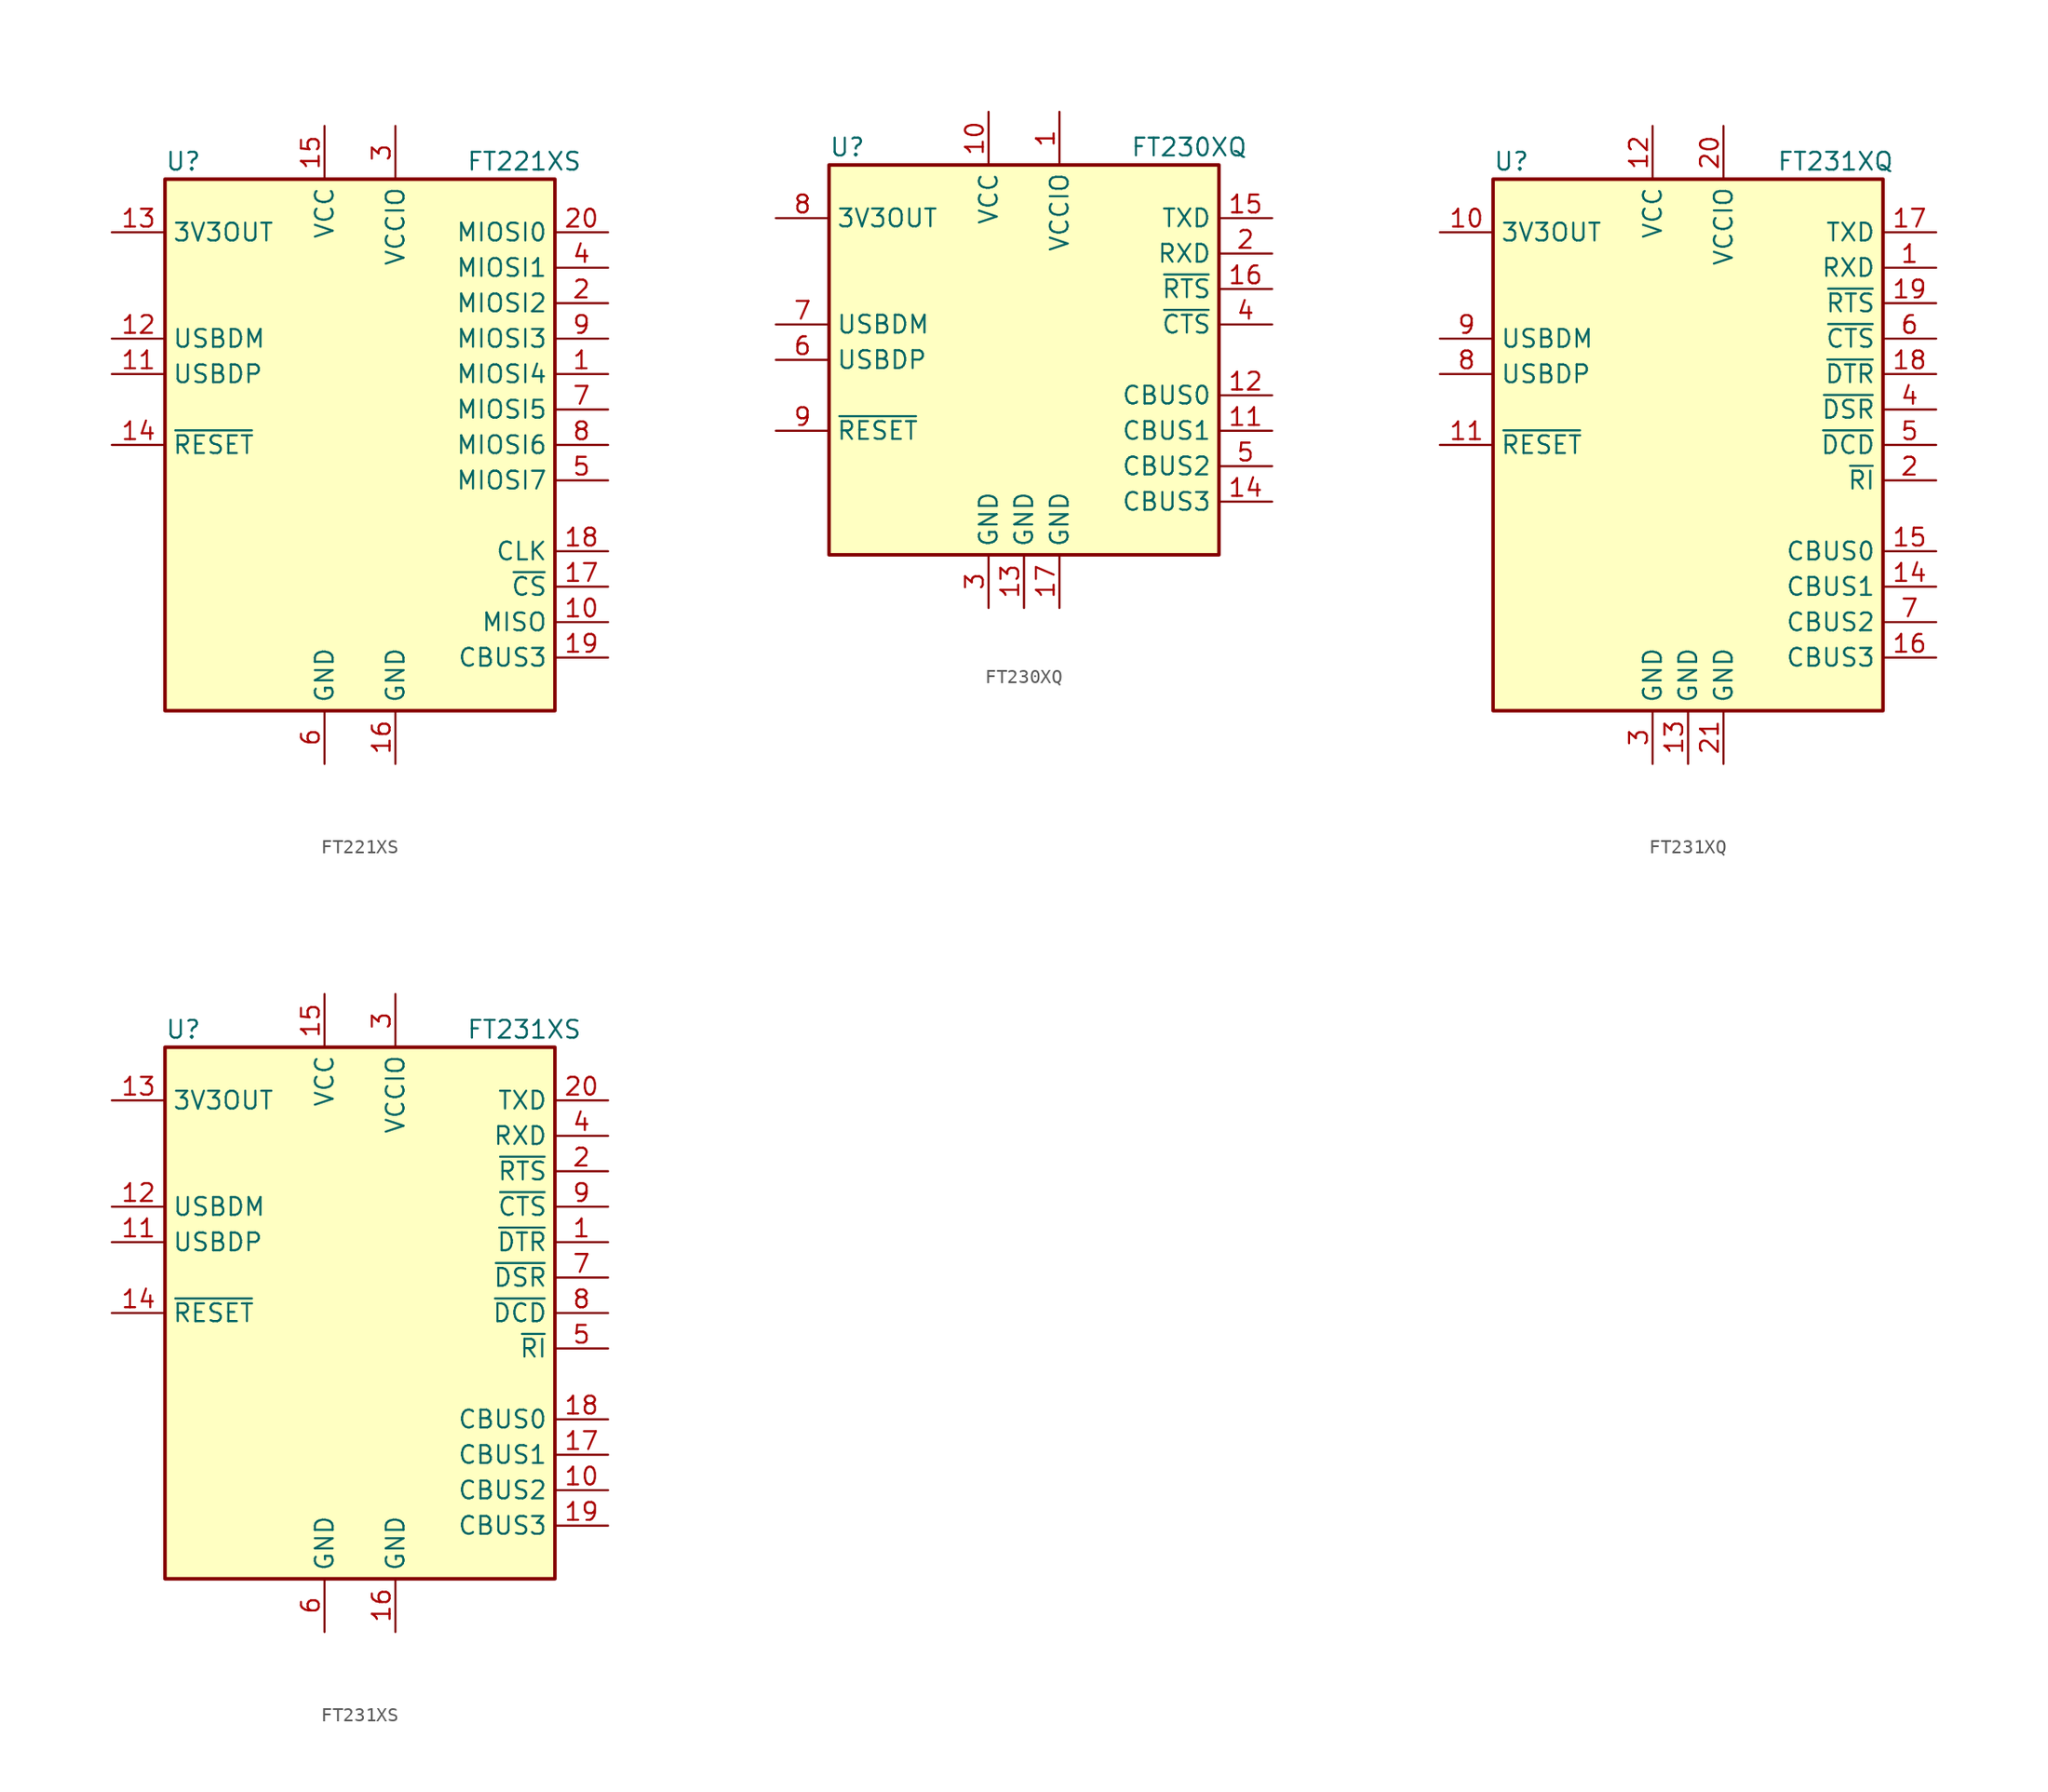
<source format=kicad_sym>
(kicad_symbol_lib
  (version 20211014)
  (generator kicad_symbol_editor)
  (symbol "FT221XS"
    (property "Reference" "U"
      (at -13.97 20.32 0)
      (effects (font (size 1.27 1.27)) (justify left)))
    (property "Value" "FT221XS"
      (at 7.62 20.32 0)
      (effects (font (size 1.27 1.27)) (justify left)))
    (symbol "FT221XS_0_1"
      (rectangle (start -13.97 19.05) (end 13.97 -19.05) (stroke (width 0.254) (type default) (color 0 0 0 0)) (fill (type background))))
    (symbol "FT221XS_1_1"
      (pin input line (at 17.78 5.08 180) (length 3.81) (name "MIOSI4" (effects (font (size 1.27 1.27)))) (number "1" (effects (font (size 1.27 1.27)))))
      (pin input line (at 17.78 -12.7 180) (length 3.81) (name "MISO" (effects (font (size 1.27 1.27)))) (number "10" (effects (font (size 1.27 1.27)))))
      (pin bidirectional line (at -17.78 5.08 0) (length 3.81) (name "USBDP" (effects (font (size 1.27 1.27)))) (number "11" (effects (font (size 1.27 1.27)))))
      (pin bidirectional line (at -17.78 7.62 0) (length 3.81) (name "USBDM" (effects (font (size 1.27 1.27)))) (number "12" (effects (font (size 1.27 1.27)))))
      (pin power_out line (at -17.78 15.24 0) (length 3.81) (name "3V3OUT" (effects (font (size 1.27 1.27)))) (number "13" (effects (font (size 1.27 1.27)))))
      (pin input line (at -17.78 0 0) (length 3.81) (name "~{RESET}" (effects (font (size 1.27 1.27)))) (number "14" (effects (font (size 1.27 1.27)))))
      (pin power_in line (at -2.54 22.86 270) (length 3.81) (name "VCC" (effects (font (size 1.27 1.27)))) (number "15" (effects (font (size 1.27 1.27)))))
      (pin power_in line (at 2.54 -22.86 90) (length 3.81) (name "GND" (effects (font (size 1.27 1.27)))) (number "16" (effects (font (size 1.27 1.27)))))
      (pin input line (at 17.78 -10.16 180) (length 3.81) (name "~{CS}" (effects (font (size 1.27 1.27)))) (number "17" (effects (font (size 1.27 1.27)))))
      (pin input line (at 17.78 -7.62 180) (length 3.81) (name "CLK" (effects (font (size 1.27 1.27)))) (number "18" (effects (font (size 1.27 1.27)))))
      (pin bidirectional line (at 17.78 -15.24 180) (length 3.81) (name "CBUS3" (effects (font (size 1.27 1.27)))) (number "19" (effects (font (size 1.27 1.27)))))
      (pin input line (at 17.78 10.16 180) (length 3.81) (name "MIOSI2" (effects (font (size 1.27 1.27)))) (number "2" (effects (font (size 1.27 1.27)))))
      (pin input line (at 17.78 15.24 180) (length 3.81) (name "MIOSI0" (effects (font (size 1.27 1.27)))) (number "20" (effects (font (size 1.27 1.27)))))
      (pin power_in line (at 2.54 22.86 270) (length 3.81) (name "VCCIO" (effects (font (size 1.27 1.27)))) (number "3" (effects (font (size 1.27 1.27)))))
      (pin input line (at 17.78 12.7 180) (length 3.81) (name "MIOSI1" (effects (font (size 1.27 1.27)))) (number "4" (effects (font (size 1.27 1.27)))))
      (pin input line (at 17.78 -2.54 180) (length 3.81) (name "MIOSI7" (effects (font (size 1.27 1.27)))) (number "5" (effects (font (size 1.27 1.27)))))
      (pin power_in line (at -2.54 -22.86 90) (length 3.81) (name "GND" (effects (font (size 1.27 1.27)))) (number "6" (effects (font (size 1.27 1.27)))))
      (pin input line (at 17.78 2.54 180) (length 3.81) (name "MIOSI5" (effects (font (size 1.27 1.27)))) (number "7" (effects (font (size 1.27 1.27)))))
      (pin input line (at 17.78 0 180) (length 3.81) (name "MIOSI6" (effects (font (size 1.27 1.27)))) (number "8" (effects (font (size 1.27 1.27)))))
      (pin input line (at 17.78 7.62 180) (length 3.81) (name "MIOSI3" (effects (font (size 1.27 1.27)))) (number "9" (effects (font (size 1.27 1.27)))))))
  (symbol "FT230XQ"
    (property "Reference" "U"
      (at -13.97 15.24 0)
      (effects (font (size 1.27 1.27)) (justify left)))
    (property "Value" "FT230XQ"
      (at 7.62 15.24 0)
      (effects (font (size 1.27 1.27)) (justify left)))
    (symbol "FT230XQ_0_1"
      (rectangle (start -13.97 13.97) (end 13.97 -13.97) (stroke (width 0.254) (type default) (color 0 0 0 0)) (fill (type background))))
    (symbol "FT230XQ_1_1"
      (pin power_in line (at 2.54 17.78 270) (length 3.81) (name "VCCIO" (effects (font (size 1.27 1.27)))) (number "1" (effects (font (size 1.27 1.27)))))
      (pin power_in line (at -2.54 17.78 270) (length 3.81) (name "VCC" (effects (font (size 1.27 1.27)))) (number "10" (effects (font (size 1.27 1.27)))))
      (pin bidirectional line (at 17.78 -5.08 180) (length 3.81) (name "CBUS1" (effects (font (size 1.27 1.27)))) (number "11" (effects (font (size 1.27 1.27)))))
      (pin bidirectional line (at 17.78 -2.54 180) (length 3.81) (name "CBUS0" (effects (font (size 1.27 1.27)))) (number "12" (effects (font (size 1.27 1.27)))))
      (pin power_in line (at 0 -17.78 90) (length 3.81) (name "GND" (effects (font (size 1.27 1.27)))) (number "13" (effects (font (size 1.27 1.27)))))
      (pin bidirectional line (at 17.78 -10.16 180) (length 3.81) (name "CBUS3" (effects (font (size 1.27 1.27)))) (number "14" (effects (font (size 1.27 1.27)))))
      (pin output line (at 17.78 10.16 180) (length 3.81) (name "TXD" (effects (font (size 1.27 1.27)))) (number "15" (effects (font (size 1.27 1.27)))))
      (pin output line (at 17.78 5.08 180) (length 3.81) (name "~{RTS}" (effects (font (size 1.27 1.27)))) (number "16" (effects (font (size 1.27 1.27)))))
      (pin power_in line (at 2.54 -17.78 90) (length 3.81) (name "GND" (effects (font (size 1.27 1.27)))) (number "17" (effects (font (size 1.27 1.27)))))
      (pin input line (at 17.78 7.62 180) (length 3.81) (name "RXD" (effects (font (size 1.27 1.27)))) (number "2" (effects (font (size 1.27 1.27)))))
      (pin power_in line (at -2.54 -17.78 90) (length 3.81) (name "GND" (effects (font (size 1.27 1.27)))) (number "3" (effects (font (size 1.27 1.27)))))
      (pin input line (at 17.78 2.54 180) (length 3.81) (name "~{CTS}" (effects (font (size 1.27 1.27)))) (number "4" (effects (font (size 1.27 1.27)))))
      (pin bidirectional line (at 17.78 -7.62 180) (length 3.81) (name "CBUS2" (effects (font (size 1.27 1.27)))) (number "5" (effects (font (size 1.27 1.27)))))
      (pin bidirectional line (at -17.78 0 0) (length 3.81) (name "USBDP" (effects (font (size 1.27 1.27)))) (number "6" (effects (font (size 1.27 1.27)))))
      (pin bidirectional line (at -17.78 2.54 0) (length 3.81) (name "USBDM" (effects (font (size 1.27 1.27)))) (number "7" (effects (font (size 1.27 1.27)))))
      (pin power_out line (at -17.78 10.16 0) (length 3.81) (name "3V3OUT" (effects (font (size 1.27 1.27)))) (number "8" (effects (font (size 1.27 1.27)))))
      (pin input line (at -17.78 -5.08 0) (length 3.81) (name "~{RESET}" (effects (font (size 1.27 1.27)))) (number "9" (effects (font (size 1.27 1.27)))))))
  (symbol "FT231XQ"
    (property "Reference" "U"
      (at -13.97 20.32 0)
      (effects (font (size 1.27 1.27)) (justify left)))
    (property "Value" "FT231XQ"
      (at 6.35 20.32 0)
      (effects (font (size 1.27 1.27)) (justify left)))
    (symbol "FT231XQ_0_1"
      (rectangle (start -13.97 19.05) (end 13.97 -19.05) (stroke (width 0.254) (type default) (color 0 0 0 0)) (fill (type background))))
    (symbol "FT231XQ_1_1"
      (pin input line (at 17.78 12.7 180) (length 3.81) (name "RXD" (effects (font (size 1.27 1.27)))) (number "1" (effects (font (size 1.27 1.27)))))
      (pin power_out line (at -17.78 15.24 0) (length 3.81) (name "3V3OUT" (effects (font (size 1.27 1.27)))) (number "10" (effects (font (size 1.27 1.27)))))
      (pin input line (at -17.78 0 0) (length 3.81) (name "~{RESET}" (effects (font (size 1.27 1.27)))) (number "11" (effects (font (size 1.27 1.27)))))
      (pin power_in line (at -2.54 22.86 270) (length 3.81) (name "VCC" (effects (font (size 1.27 1.27)))) (number "12" (effects (font (size 1.27 1.27)))))
      (pin power_in line (at 0 -22.86 90) (length 3.81) (name "GND" (effects (font (size 1.27 1.27)))) (number "13" (effects (font (size 1.27 1.27)))))
      (pin bidirectional line (at 17.78 -10.16 180) (length 3.81) (name "CBUS1" (effects (font (size 1.27 1.27)))) (number "14" (effects (font (size 1.27 1.27)))))
      (pin bidirectional line (at 17.78 -7.62 180) (length 3.81) (name "CBUS0" (effects (font (size 1.27 1.27)))) (number "15" (effects (font (size 1.27 1.27)))))
      (pin bidirectional line (at 17.78 -15.24 180) (length 3.81) (name "CBUS3" (effects (font (size 1.27 1.27)))) (number "16" (effects (font (size 1.27 1.27)))))
      (pin output line (at 17.78 15.24 180) (length 3.81) (name "TXD" (effects (font (size 1.27 1.27)))) (number "17" (effects (font (size 1.27 1.27)))))
      (pin output line (at 17.78 5.08 180) (length 3.81) (name "~{DTR}" (effects (font (size 1.27 1.27)))) (number "18" (effects (font (size 1.27 1.27)))))
      (pin output line (at 17.78 10.16 180) (length 3.81) (name "~{RTS}" (effects (font (size 1.27 1.27)))) (number "19" (effects (font (size 1.27 1.27)))))
      (pin input line (at 17.78 -2.54 180) (length 3.81) (name "~{RI}" (effects (font (size 1.27 1.27)))) (number "2" (effects (font (size 1.27 1.27)))))
      (pin power_in line (at 2.54 22.86 270) (length 3.81) (name "VCCIO" (effects (font (size 1.27 1.27)))) (number "20" (effects (font (size 1.27 1.27)))))
      (pin power_in line (at 2.54 -22.86 90) (length 3.81) (name "GND" (effects (font (size 1.27 1.27)))) (number "21" (effects (font (size 1.27 1.27)))))
      (pin power_in line (at -2.54 -22.86 90) (length 3.81) (name "GND" (effects (font (size 1.27 1.27)))) (number "3" (effects (font (size 1.27 1.27)))))
      (pin input line (at 17.78 2.54 180) (length 3.81) (name "~{DSR}" (effects (font (size 1.27 1.27)))) (number "4" (effects (font (size 1.27 1.27)))))
      (pin input line (at 17.78 0 180) (length 3.81) (name "~{DCD}" (effects (font (size 1.27 1.27)))) (number "5" (effects (font (size 1.27 1.27)))))
      (pin input line (at 17.78 7.62 180) (length 3.81) (name "~{CTS}" (effects (font (size 1.27 1.27)))) (number "6" (effects (font (size 1.27 1.27)))))
      (pin bidirectional line (at 17.78 -12.7 180) (length 3.81) (name "CBUS2" (effects (font (size 1.27 1.27)))) (number "7" (effects (font (size 1.27 1.27)))))
      (pin bidirectional line (at -17.78 5.08 0) (length 3.81) (name "USBDP" (effects (font (size 1.27 1.27)))) (number "8" (effects (font (size 1.27 1.27)))))
      (pin bidirectional line (at -17.78 7.62 0) (length 3.81) (name "USBDM" (effects (font (size 1.27 1.27)))) (number "9" (effects (font (size 1.27 1.27)))))))
  (symbol "FT231XS"
    (property "Reference" "U"
      (at -13.97 20.32 0)
      (effects (font (size 1.27 1.27)) (justify left)))
    (property "Value" "FT231XS"
      (at 7.62 20.32 0)
      (effects (font (size 1.27 1.27)) (justify left)))
    (symbol "FT231XS_0_1"
      (rectangle (start -13.97 19.05) (end 13.97 -19.05) (stroke (width 0.254) (type default) (color 0 0 0 0)) (fill (type background))))
    (symbol "FT231XS_1_1"
      (pin output line (at 17.78 5.08 180) (length 3.81) (name "~{DTR}" (effects (font (size 1.27 1.27)))) (number "1" (effects (font (size 1.27 1.27)))))
      (pin bidirectional line (at 17.78 -12.7 180) (length 3.81) (name "CBUS2" (effects (font (size 1.27 1.27)))) (number "10" (effects (font (size 1.27 1.27)))))
      (pin bidirectional line (at -17.78 5.08 0) (length 3.81) (name "USBDP" (effects (font (size 1.27 1.27)))) (number "11" (effects (font (size 1.27 1.27)))))
      (pin bidirectional line (at -17.78 7.62 0) (length 3.81) (name "USBDM" (effects (font (size 1.27 1.27)))) (number "12" (effects (font (size 1.27 1.27)))))
      (pin power_out line (at -17.78 15.24 0) (length 3.81) (name "3V3OUT" (effects (font (size 1.27 1.27)))) (number "13" (effects (font (size 1.27 1.27)))))
      (pin input line (at -17.78 0 0) (length 3.81) (name "~{RESET}" (effects (font (size 1.27 1.27)))) (number "14" (effects (font (size 1.27 1.27)))))
      (pin power_in line (at -2.54 22.86 270) (length 3.81) (name "VCC" (effects (font (size 1.27 1.27)))) (number "15" (effects (font (size 1.27 1.27)))))
      (pin power_in line (at 2.54 -22.86 90) (length 3.81) (name "GND" (effects (font (size 1.27 1.27)))) (number "16" (effects (font (size 1.27 1.27)))))
      (pin bidirectional line (at 17.78 -10.16 180) (length 3.81) (name "CBUS1" (effects (font (size 1.27 1.27)))) (number "17" (effects (font (size 1.27 1.27)))))
      (pin bidirectional line (at 17.78 -7.62 180) (length 3.81) (name "CBUS0" (effects (font (size 1.27 1.27)))) (number "18" (effects (font (size 1.27 1.27)))))
      (pin bidirectional line (at 17.78 -15.24 180) (length 3.81) (name "CBUS3" (effects (font (size 1.27 1.27)))) (number "19" (effects (font (size 1.27 1.27)))))
      (pin output line (at 17.78 10.16 180) (length 3.81) (name "~{RTS}" (effects (font (size 1.27 1.27)))) (number "2" (effects (font (size 1.27 1.27)))))
      (pin output line (at 17.78 15.24 180) (length 3.81) (name "TXD" (effects (font (size 1.27 1.27)))) (number "20" (effects (font (size 1.27 1.27)))))
      (pin power_in line (at 2.54 22.86 270) (length 3.81) (name "VCCIO" (effects (font (size 1.27 1.27)))) (number "3" (effects (font (size 1.27 1.27)))))
      (pin input line (at 17.78 12.7 180) (length 3.81) (name "RXD" (effects (font (size 1.27 1.27)))) (number "4" (effects (font (size 1.27 1.27)))))
      (pin input line (at 17.78 -2.54 180) (length 3.81) (name "~{RI}" (effects (font (size 1.27 1.27)))) (number "5" (effects (font (size 1.27 1.27)))))
      (pin power_in line (at -2.54 -22.86 90) (length 3.81) (name "GND" (effects (font (size 1.27 1.27)))) (number "6" (effects (font (size 1.27 1.27)))))
      (pin input line (at 17.78 2.54 180) (length 3.81) (name "~{DSR}" (effects (font (size 1.27 1.27)))) (number "7" (effects (font (size 1.27 1.27)))))
      (pin input line (at 17.78 0 180) (length 3.81) (name "~{DCD}" (effects (font (size 1.27 1.27)))) (number "8" (effects (font (size 1.27 1.27)))))
      (pin input line (at 17.78 7.62 180) (length 3.81) (name "~{CTS}" (effects (font (size 1.27 1.27)))) (number "9" (effects (font (size 1.27 1.27))))))))
</source>
